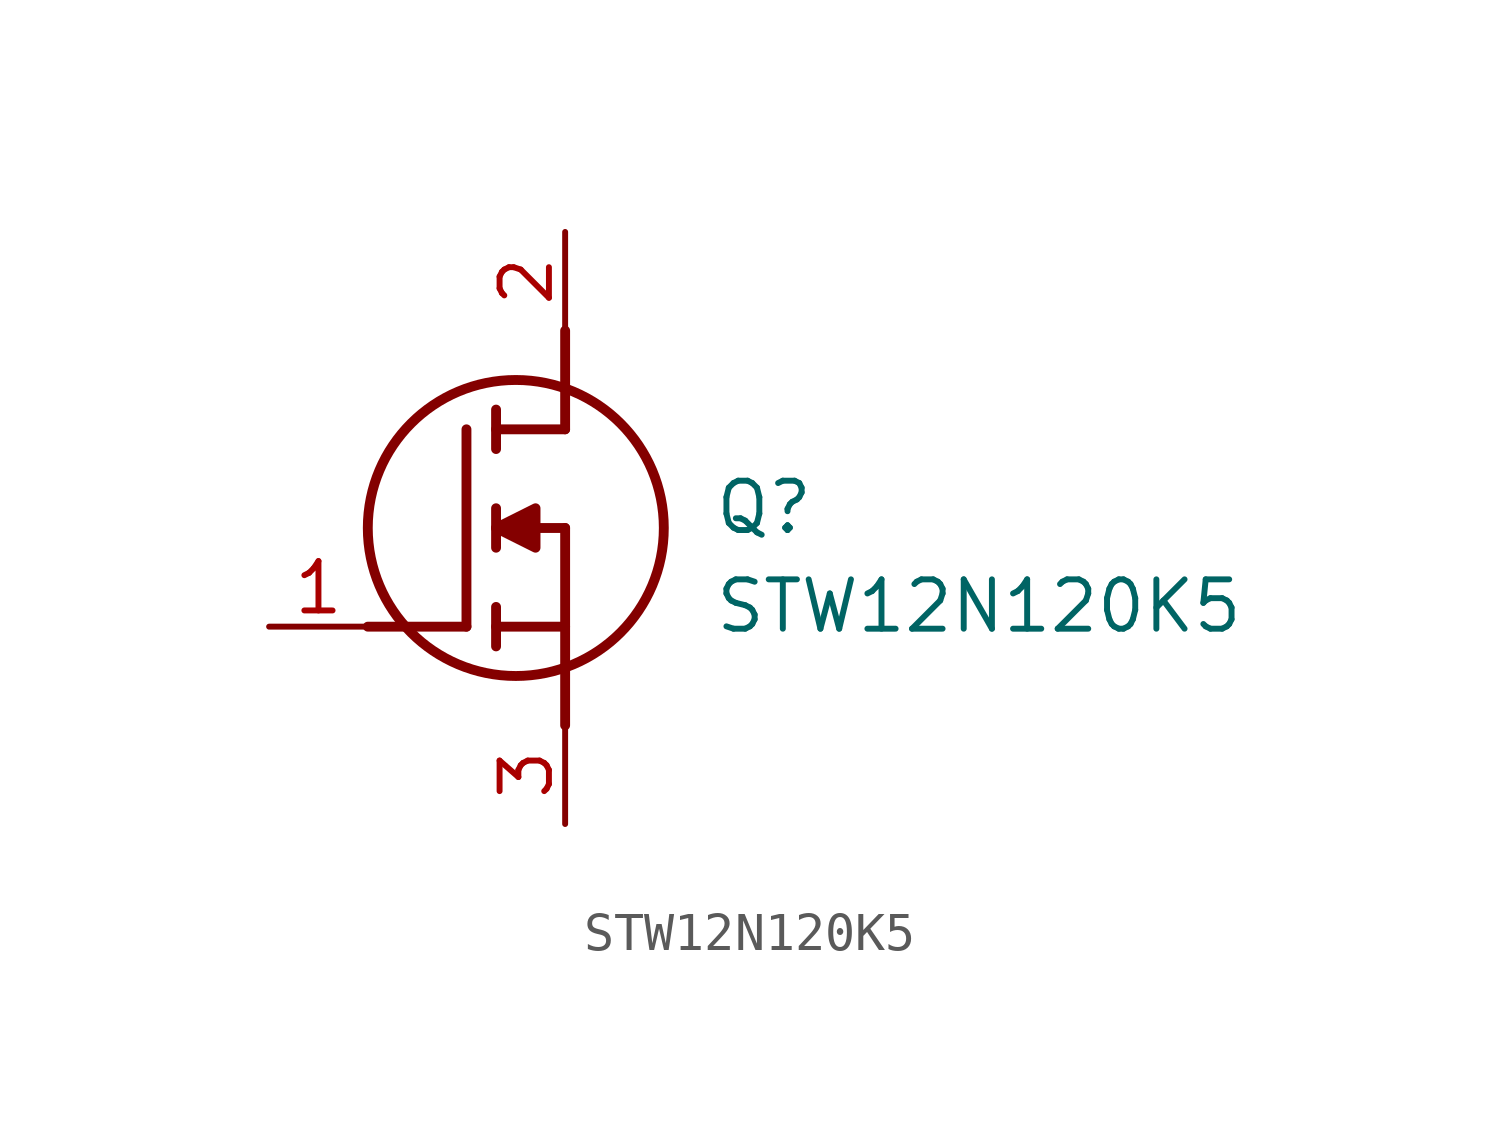
<source format=kicad_sym>
(kicad_symbol_lib
  (version 20211014)
  (generator SamacSys_ECAD_Model)
  (symbol "STW12N120K5"
    (pin_names hide)
    (property "Reference" "Q"
      (at 11.43 3.81 0)
      (effects (font (size 1.27 1.27)) (justify left top)))
    (property "Value" "STW12N120K5"
      (at 11.43 1.27 0)
      (effects (font (size 1.27 1.27)) (justify left top)))
    (polyline
      (pts (xy 7.62 2.54) (xy 7.62 -2.54))
      (stroke (width 0.254) (type default))
      (fill (type none)))
    (polyline
      (pts (xy 7.62 5.08) (xy 7.62 7.62))
      (stroke (width 0.254) (type default))
      (fill (type none)))
    (polyline
      (pts (xy 2.54 0) (xy 5.08 0))
      (stroke (width 0.254) (type default))
      (fill (type none)))
    (polyline
      (pts (xy 5.08 5.08) (xy 5.08 0))
      (stroke (width 0.254) (type default))
      (fill (type none)))
    (polyline
      (pts (xy 7.62 2.54) (xy 5.842 2.54))
      (stroke (width 0.254) (type default))
      (fill (type none)))
    (polyline
      (pts (xy 7.62 5.08) (xy 5.842 5.08))
      (stroke (width 0.254) (type default))
      (fill (type none)))
    (polyline
      (pts (xy 5.842 0) (xy 7.62 0))
      (stroke (width 0.254) (type default))
      (fill (type none)))
    (polyline
      (pts (xy 5.842 5.588) (xy 5.842 4.572))
      (stroke (width 0.254) (type default))
      (fill (type none)))
    (polyline
      (pts (xy 5.842 -0.508) (xy 5.842 0.508))
      (stroke (width 0.254) (type default))
      (fill (type none)))
    (polyline
      (pts (xy 5.842 2.032) (xy 5.842 3.048))
      (stroke (width 0.254) (type default))
      (fill (type none)))
    (circle
      (center 6.35 2.54)
      (radius 3.81)
      (stroke (width 0.254) (type default))
      (fill (type none)))
    (polyline
      (pts (xy 5.842 2.54) (xy 6.858 3.048) (xy 6.858 2.032) (xy 5.842 2.54))
      (stroke (width 0.254) (type default))
      (fill (type outline)))
    (pin passive line
      (at 0 0 0)
      (length 2.54)
      (name "G" (effects (font (size 1.27 1.27))))
      (number "1" (effects (font (size 1.27 1.27)))))
    (pin passive line
      (at 7.62 10.16 270)
      (length 2.54)
      (name "D" (effects (font (size 1.27 1.27))))
      (number "2" (effects (font (size 1.27 1.27)))))
    (pin passive line
      (at 7.62 -5.08 90)
      (length 2.54)
      (name "S" (effects (font (size 1.27 1.27))))
      (number "3" (effects (font (size 1.27 1.27)))))))
</source>
